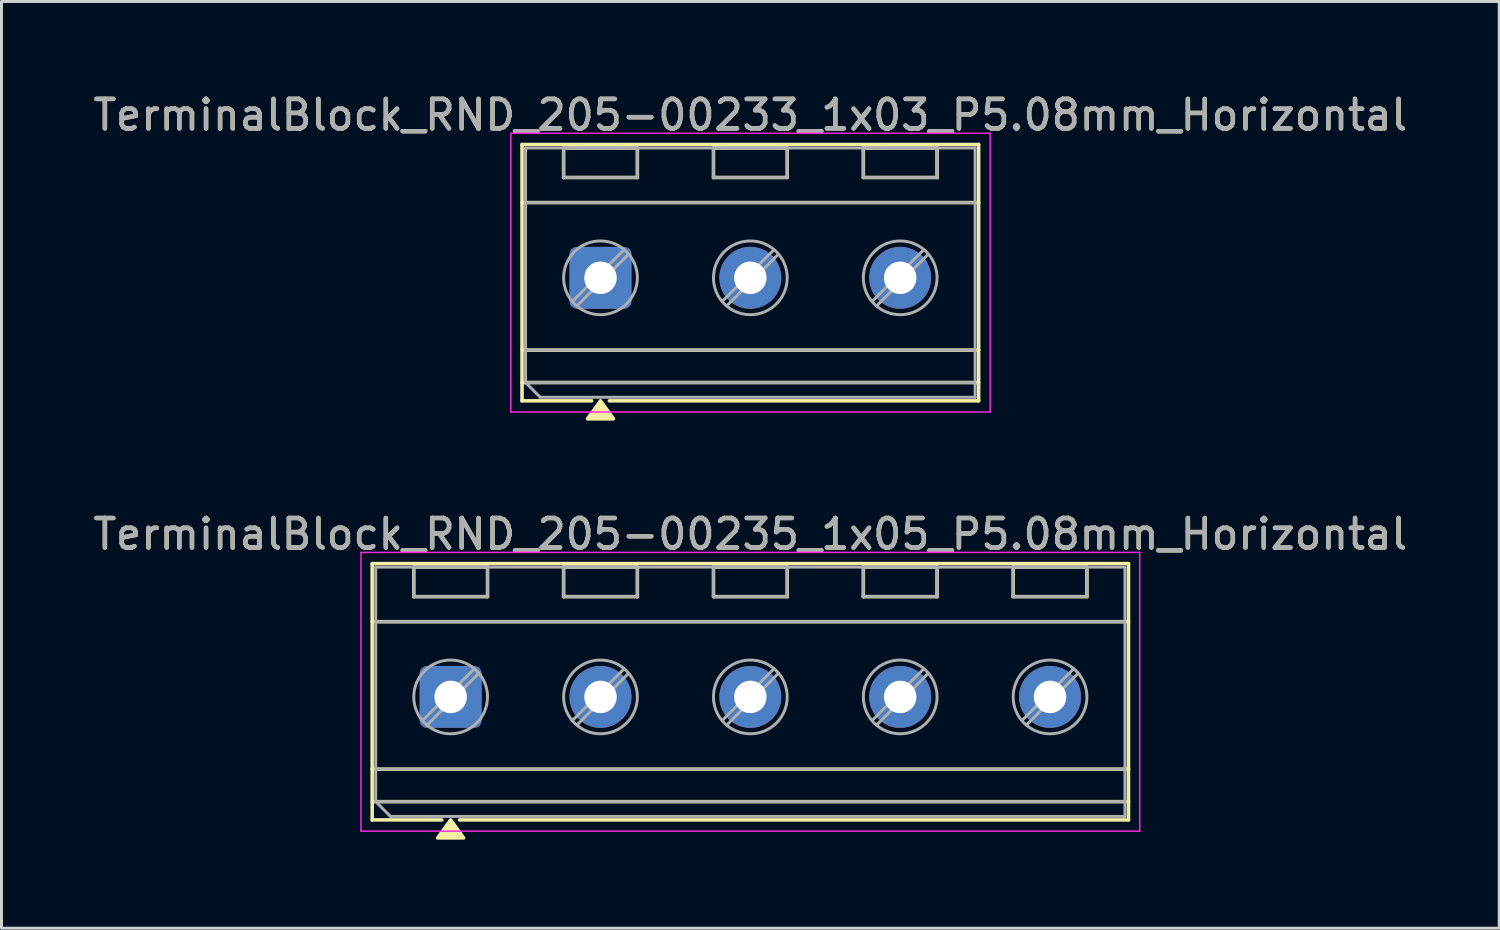
<source format=kicad_pcb>
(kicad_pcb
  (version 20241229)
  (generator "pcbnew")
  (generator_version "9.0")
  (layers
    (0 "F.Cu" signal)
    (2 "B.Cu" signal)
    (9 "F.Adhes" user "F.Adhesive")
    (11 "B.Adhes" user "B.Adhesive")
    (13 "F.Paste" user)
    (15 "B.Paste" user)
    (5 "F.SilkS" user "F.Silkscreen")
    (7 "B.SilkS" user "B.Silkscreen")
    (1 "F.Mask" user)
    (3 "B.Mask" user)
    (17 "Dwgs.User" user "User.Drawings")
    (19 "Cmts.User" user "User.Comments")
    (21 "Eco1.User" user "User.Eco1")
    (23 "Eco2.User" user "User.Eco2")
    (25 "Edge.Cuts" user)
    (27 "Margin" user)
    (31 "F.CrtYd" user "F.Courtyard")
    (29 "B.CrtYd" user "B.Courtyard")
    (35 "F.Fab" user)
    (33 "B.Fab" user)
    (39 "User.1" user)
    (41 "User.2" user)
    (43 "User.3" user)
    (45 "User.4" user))
  (footprint "TerminalBlock_RND_205-00233_1x03_P5.08mm_Horizontal"
    (layer "F.Cu")
    (at 17.307 6.368)
    (property "Reference" "TerminalBlock_RND_205-00233_1x03_P5.08mm_Horizontal" (at 5.08 -5.52 0) (layer "F.SilkS") (effects (font (size 1 1) (thickness 0.15))))
    (attr through_hole)
    (fp_line (start -2.66 -4.52) (end 12.82 -4.52) (stroke (width 0.12) (type solid)) (layer "F.SilkS"))
    (fp_line (start -2.66 -2.55) (end 12.82 -2.55) (stroke (width 0.12) (type solid)) (layer "F.SilkS"))
    (fp_line (start -2.66 2.45) (end 12.82 2.45) (stroke (width 0.12) (type solid)) (layer "F.SilkS"))
    (fp_line (start -2.66 3.55) (end 12.82 3.55) (stroke (width 0.12) (type solid)) (layer "F.SilkS"))
    (fp_line (start -2.66 4.17) (end -2.66 -4.52) (stroke (width 0.12) (type solid)) (layer "F.SilkS"))
    (fp_line (start -1.25 -4.4) (end 1.25 -4.4) (stroke (width 0.12) (type solid)) (layer "F.SilkS"))
    (fp_line (start -1.25 -3.4) (end -1.25 -4.4) (stroke (width 0.12) (type solid)) (layer "F.SilkS"))
    (fp_line (start -0.3 4.17) (end -2.66 4.17) (stroke (width 0.12) (type solid)) (layer "F.SilkS"))
    (fp_line (start 1.25 -4.4) (end 1.25 -3.4) (stroke (width 0.12) (type solid)) (layer "F.SilkS"))
    (fp_line (start 1.25 -3.4) (end -1.25 -3.4) (stroke (width 0.12) (type solid)) (layer "F.SilkS"))
    (fp_line (start 3.83 -4.4) (end 6.33 -4.4) (stroke (width 0.12) (type solid)) (layer "F.SilkS"))
    (fp_line (start 3.83 -3.4) (end 3.83 -4.4) (stroke (width 0.12) (type solid)) (layer "F.SilkS"))
    (fp_line (start 6.33 -4.4) (end 6.33 -3.4) (stroke (width 0.12) (type solid)) (layer "F.SilkS"))
    (fp_line (start 6.33 -3.4) (end 3.83 -3.4) (stroke (width 0.12) (type solid)) (layer "F.SilkS"))
    (fp_line (start 8.91 -4.4) (end 11.41 -4.4) (stroke (width 0.12) (type solid)) (layer "F.SilkS"))
    (fp_line (start 8.91 -3.4) (end 8.91 -4.4) (stroke (width 0.12) (type solid)) (layer "F.SilkS"))
    (fp_line (start 11.41 -4.4) (end 11.41 -3.4) (stroke (width 0.12) (type solid)) (layer "F.SilkS"))
    (fp_line (start 11.41 -3.4) (end 8.91 -3.4) (stroke (width 0.12) (type solid)) (layer "F.SilkS"))
    (fp_line (start 12.82 -4.52) (end 12.82 4.17) (stroke (width 0.12) (type solid)) (layer "F.SilkS"))
    (fp_line (start 12.82 4.17) (end 0.3 4.17) (stroke (width 0.12) (type solid)) (layer "F.SilkS"))
    (fp_poly (pts (xy 0 4.17) (xy 0.44 4.78) (xy -0.44 4.78)) (stroke (width 0.12) (type solid)) (fill yes) (layer "F.SilkS"))
    (fp_line (start -3.04 -4.9) (end -3.04 4.55) (stroke (width 0.05) (type solid)) (layer "F.CrtYd"))
    (fp_line (start -3.04 4.55) (end 13.21 4.55) (stroke (width 0.05) (type solid)) (layer "F.CrtYd"))
    (fp_line (start 13.21 -4.9) (end -3.04 -4.9) (stroke (width 0.05) (type solid)) (layer "F.CrtYd"))
    (fp_line (start 13.21 4.55) (end 13.21 -4.9) (stroke (width 0.05) (type solid)) (layer "F.CrtYd"))
    (fp_line (start -2.54 -4.4) (end 12.7 -4.4) (stroke (width 0.1) (type solid)) (layer "F.Fab"))
    (fp_line (start -2.54 -2.55) (end 12.7 -2.55) (stroke (width 0.1) (type solid)) (layer "F.Fab"))
    (fp_line (start -2.54 2.45) (end 12.7 2.45) (stroke (width 0.1) (type solid)) (layer "F.Fab"))
    (fp_line (start -2.54 3.55) (end -2.54 -4.4) (stroke (width 0.1) (type solid)) (layer "F.Fab"))
    (fp_line (start -2.54 3.55) (end 12.7 3.55) (stroke (width 0.1) (type solid)) (layer "F.Fab"))
    (fp_line (start -2.04 4.05) (end -2.54 3.55) (stroke (width 0.1) (type solid)) (layer "F.Fab"))
    (fp_line (start -1.25 -4.4) (end -1.25 -3.4) (stroke (width 0.1) (type solid)) (layer "F.Fab"))
    (fp_line (start -1.25 -3.4) (end 1.25 -3.4) (stroke (width 0.1) (type solid)) (layer "F.Fab"))
    (fp_line (start 0.795 -0.948) (end -0.948 0.795) (stroke (width 0.1) (type solid)) (layer "F.Fab"))
    (fp_line (start 0.948 -0.795) (end -0.795 0.948) (stroke (width 0.1) (type solid)) (layer "F.Fab"))
    (fp_line (start 1.25 -4.4) (end -1.25 -4.4) (stroke (width 0.1) (type solid)) (layer "F.Fab"))
    (fp_line (start 1.25 -3.4) (end 1.25 -4.4) (stroke (width 0.1) (type solid)) (layer "F.Fab"))
    (fp_line (start 3.83 -4.4) (end 3.83 -3.4) (stroke (width 0.1) (type solid)) (layer "F.Fab"))
    (fp_line (start 3.83 -3.4) (end 6.33 -3.4) (stroke (width 0.1) (type solid)) (layer "F.Fab"))
    (fp_line (start 5.875 -0.948) (end 4.132 0.795) (stroke (width 0.1) (type solid)) (layer "F.Fab"))
    (fp_line (start 6.028 -0.795) (end 4.285 0.948) (stroke (width 0.1) (type solid)) (layer "F.Fab"))
    (fp_line (start 6.33 -4.4) (end 3.83 -4.4) (stroke (width 0.1) (type solid)) (layer "F.Fab"))
    (fp_line (start 6.33 -3.4) (end 6.33 -4.4) (stroke (width 0.1) (type solid)) (layer "F.Fab"))
    (fp_line (start 8.91 -4.4) (end 8.91 -3.4) (stroke (width 0.1) (type solid)) (layer "F.Fab"))
    (fp_line (start 8.91 -3.4) (end 11.41 -3.4) (stroke (width 0.1) (type solid)) (layer "F.Fab"))
    (fp_line (start 10.955 -0.948) (end 9.212 0.795) (stroke (width 0.1) (type solid)) (layer "F.Fab"))
    (fp_line (start 11.108 -0.795) (end 9.365 0.948) (stroke (width 0.1) (type solid)) (layer "F.Fab"))
    (fp_line (start 11.41 -4.4) (end 8.91 -4.4) (stroke (width 0.1) (type solid)) (layer "F.Fab"))
    (fp_line (start 11.41 -3.4) (end 11.41 -4.4) (stroke (width 0.1) (type solid)) (layer "F.Fab"))
    (fp_line (start 12.7 -4.4) (end 12.7 4.05) (stroke (width 0.1) (type solid)) (layer "F.Fab"))
    (fp_line (start 12.7 4.05) (end -2.04 4.05) (stroke (width 0.1) (type solid)) (layer "F.Fab"))
    (fp_circle (center 0 0) (end 1.25 0) (stroke (width 0.1) (type solid)) (fill no) (layer "F.Fab"))
    (fp_circle (center 5.08 0) (end 6.33 0) (stroke (width 0.1) (type solid)) (fill no) (layer "F.Fab"))
    (fp_circle (center 10.16 0) (end 11.41 0) (stroke (width 0.1) (type solid)) (fill no) (layer "F.Fab"))
    (fp_text user "${REFERENCE}" (at 5.08 -5.52 0) (layer "F.Fab") (effects (font (size 1 1) (thickness 0.15))))
    (pad "1" thru_hole roundrect (at 0 0) (size 2.1 2.1) (drill 1.1) (layers "*.Cu" "*.Mask") (roundrect_rratio 0.119))
    (pad "2" thru_hole circle (at 5.08 0) (size 2.1 2.1) (drill 1.1) (layers "*.Cu" "*.Mask"))
    (pad "3" thru_hole circle (at 10.16 0) (size 2.1 2.1) (drill 1.1) (layers "*.Cu" "*.Mask")))
  (footprint "TerminalBlock_RND_205-00235_1x05_P5.08mm_Horizontal"
    (layer "F.Cu")
    (at 12.227 20.576)
    (property "Reference" "TerminalBlock_RND_205-00235_1x05_P5.08mm_Horizontal" (at 10.16 -5.52 0) (layer "F.SilkS") (effects (font (size 1 1) (thickness 0.15))))
    (attr through_hole)
    (fp_line (start -2.66 -4.52) (end 22.98 -4.52) (stroke (width 0.12) (type solid)) (layer "F.SilkS"))
    (fp_line (start -2.66 -2.55) (end 22.98 -2.55) (stroke (width 0.12) (type solid)) (layer "F.SilkS"))
    (fp_line (start -2.66 2.45) (end 22.98 2.45) (stroke (width 0.12) (type solid)) (layer "F.SilkS"))
    (fp_line (start -2.66 3.55) (end 22.98 3.55) (stroke (width 0.12) (type solid)) (layer "F.SilkS"))
    (fp_line (start -2.66 4.17) (end -2.66 -4.52) (stroke (width 0.12) (type solid)) (layer "F.SilkS"))
    (fp_line (start -1.25 -4.4) (end 1.25 -4.4) (stroke (width 0.12) (type solid)) (layer "F.SilkS"))
    (fp_line (start -1.25 -3.4) (end -1.25 -4.4) (stroke (width 0.12) (type solid)) (layer "F.SilkS"))
    (fp_line (start -0.3 4.17) (end -2.66 4.17) (stroke (width 0.12) (type solid)) (layer "F.SilkS"))
    (fp_line (start 1.25 -4.4) (end 1.25 -3.4) (stroke (width 0.12) (type solid)) (layer "F.SilkS"))
    (fp_line (start 1.25 -3.4) (end -1.25 -3.4) (stroke (width 0.12) (type solid)) (layer "F.SilkS"))
    (fp_line (start 3.83 -4.4) (end 6.33 -4.4) (stroke (width 0.12) (type solid)) (layer "F.SilkS"))
    (fp_line (start 3.83 -3.4) (end 3.83 -4.4) (stroke (width 0.12) (type solid)) (layer "F.SilkS"))
    (fp_line (start 6.33 -4.4) (end 6.33 -3.4) (stroke (width 0.12) (type solid)) (layer "F.SilkS"))
    (fp_line (start 6.33 -3.4) (end 3.83 -3.4) (stroke (width 0.12) (type solid)) (layer "F.SilkS"))
    (fp_line (start 8.91 -4.4) (end 11.41 -4.4) (stroke (width 0.12) (type solid)) (layer "F.SilkS"))
    (fp_line (start 8.91 -3.4) (end 8.91 -4.4) (stroke (width 0.12) (type solid)) (layer "F.SilkS"))
    (fp_line (start 11.41 -4.4) (end 11.41 -3.4) (stroke (width 0.12) (type solid)) (layer "F.SilkS"))
    (fp_line (start 11.41 -3.4) (end 8.91 -3.4) (stroke (width 0.12) (type solid)) (layer "F.SilkS"))
    (fp_line (start 13.99 -4.4) (end 16.49 -4.4) (stroke (width 0.12) (type solid)) (layer "F.SilkS"))
    (fp_line (start 13.99 -3.4) (end 13.99 -4.4) (stroke (width 0.12) (type solid)) (layer "F.SilkS"))
    (fp_line (start 16.49 -4.4) (end 16.49 -3.4) (stroke (width 0.12) (type solid)) (layer "F.SilkS"))
    (fp_line (start 16.49 -3.4) (end 13.99 -3.4) (stroke (width 0.12) (type solid)) (layer "F.SilkS"))
    (fp_line (start 19.07 -4.4) (end 21.57 -4.4) (stroke (width 0.12) (type solid)) (layer "F.SilkS"))
    (fp_line (start 19.07 -3.4) (end 19.07 -4.4) (stroke (width 0.12) (type solid)) (layer "F.SilkS"))
    (fp_line (start 21.57 -4.4) (end 21.57 -3.4) (stroke (width 0.12) (type solid)) (layer "F.SilkS"))
    (fp_line (start 21.57 -3.4) (end 19.07 -3.4) (stroke (width 0.12) (type solid)) (layer "F.SilkS"))
    (fp_line (start 22.98 -4.52) (end 22.98 4.17) (stroke (width 0.12) (type solid)) (layer "F.SilkS"))
    (fp_line (start 22.98 4.17) (end 0.3 4.17) (stroke (width 0.12) (type solid)) (layer "F.SilkS"))
    (fp_poly (pts (xy 0 4.17) (xy 0.44 4.78) (xy -0.44 4.78)) (stroke (width 0.12) (type solid)) (fill yes) (layer "F.SilkS"))
    (fp_line (start -3.04 -4.9) (end -3.04 4.55) (stroke (width 0.05) (type solid)) (layer "F.CrtYd"))
    (fp_line (start -3.04 4.55) (end 23.36 4.55) (stroke (width 0.05) (type solid)) (layer "F.CrtYd"))
    (fp_line (start 23.36 -4.9) (end -3.04 -4.9) (stroke (width 0.05) (type solid)) (layer "F.CrtYd"))
    (fp_line (start 23.36 4.55) (end 23.36 -4.9) (stroke (width 0.05) (type solid)) (layer "F.CrtYd"))
    (fp_line (start -2.54 -4.4) (end 22.86 -4.4) (stroke (width 0.1) (type solid)) (layer "F.Fab"))
    (fp_line (start -2.54 -2.55) (end 22.86 -2.55) (stroke (width 0.1) (type solid)) (layer "F.Fab"))
    (fp_line (start -2.54 2.45) (end 22.86 2.45) (stroke (width 0.1) (type solid)) (layer "F.Fab"))
    (fp_line (start -2.54 3.55) (end -2.54 -4.4) (stroke (width 0.1) (type solid)) (layer "F.Fab"))
    (fp_line (start -2.54 3.55) (end 22.86 3.55) (stroke (width 0.1) (type solid)) (layer "F.Fab"))
    (fp_line (start -2.04 4.05) (end -2.54 3.55) (stroke (width 0.1) (type solid)) (layer "F.Fab"))
    (fp_line (start -1.25 -4.4) (end -1.25 -3.4) (stroke (width 0.1) (type solid)) (layer "F.Fab"))
    (fp_line (start -1.25 -3.4) (end 1.25 -3.4) (stroke (width 0.1) (type solid)) (layer "F.Fab"))
    (fp_line (start 0.795 -0.948) (end -0.948 0.795) (stroke (width 0.1) (type solid)) (layer "F.Fab"))
    (fp_line (start 0.948 -0.795) (end -0.795 0.948) (stroke (width 0.1) (type solid)) (layer "F.Fab"))
    (fp_line (start 1.25 -4.4) (end -1.25 -4.4) (stroke (width 0.1) (type solid)) (layer "F.Fab"))
    (fp_line (start 1.25 -3.4) (end 1.25 -4.4) (stroke (width 0.1) (type solid)) (layer "F.Fab"))
    (fp_line (start 3.83 -4.4) (end 3.83 -3.4) (stroke (width 0.1) (type solid)) (layer "F.Fab"))
    (fp_line (start 3.83 -3.4) (end 6.33 -3.4) (stroke (width 0.1) (type solid)) (layer "F.Fab"))
    (fp_line (start 5.875 -0.948) (end 4.132 0.795) (stroke (width 0.1) (type solid)) (layer "F.Fab"))
    (fp_line (start 6.028 -0.795) (end 4.285 0.948) (stroke (width 0.1) (type solid)) (layer "F.Fab"))
    (fp_line (start 6.33 -4.4) (end 3.83 -4.4) (stroke (width 0.1) (type solid)) (layer "F.Fab"))
    (fp_line (start 6.33 -3.4) (end 6.33 -4.4) (stroke (width 0.1) (type solid)) (layer "F.Fab"))
    (fp_line (start 8.91 -4.4) (end 8.91 -3.4) (stroke (width 0.1) (type solid)) (layer "F.Fab"))
    (fp_line (start 8.91 -3.4) (end 11.41 -3.4) (stroke (width 0.1) (type solid)) (layer "F.Fab"))
    (fp_line (start 10.955 -0.948) (end 9.212 0.795) (stroke (width 0.1) (type solid)) (layer "F.Fab"))
    (fp_line (start 11.108 -0.795) (end 9.365 0.948) (stroke (width 0.1) (type solid)) (layer "F.Fab"))
    (fp_line (start 11.41 -4.4) (end 8.91 -4.4) (stroke (width 0.1) (type solid)) (layer "F.Fab"))
    (fp_line (start 11.41 -3.4) (end 11.41 -4.4) (stroke (width 0.1) (type solid)) (layer "F.Fab"))
    (fp_line (start 13.99 -4.4) (end 13.99 -3.4) (stroke (width 0.1) (type solid)) (layer "F.Fab"))
    (fp_line (start 13.99 -3.4) (end 16.49 -3.4) (stroke (width 0.1) (type solid)) (layer "F.Fab"))
    (fp_line (start 16.035 -0.948) (end 14.292 0.795) (stroke (width 0.1) (type solid)) (layer "F.Fab"))
    (fp_line (start 16.188 -0.795) (end 14.445 0.948) (stroke (width 0.1) (type solid)) (layer "F.Fab"))
    (fp_line (start 16.49 -4.4) (end 13.99 -4.4) (stroke (width 0.1) (type solid)) (layer "F.Fab"))
    (fp_line (start 16.49 -3.4) (end 16.49 -4.4) (stroke (width 0.1) (type solid)) (layer "F.Fab"))
    (fp_line (start 19.07 -4.4) (end 19.07 -3.4) (stroke (width 0.1) (type solid)) (layer "F.Fab"))
    (fp_line (start 19.07 -3.4) (end 21.57 -3.4) (stroke (width 0.1) (type solid)) (layer "F.Fab"))
    (fp_line (start 21.115 -0.948) (end 19.372 0.795) (stroke (width 0.1) (type solid)) (layer "F.Fab"))
    (fp_line (start 21.268 -0.795) (end 19.525 0.948) (stroke (width 0.1) (type solid)) (layer "F.Fab"))
    (fp_line (start 21.57 -4.4) (end 19.07 -4.4) (stroke (width 0.1) (type solid)) (layer "F.Fab"))
    (fp_line (start 21.57 -3.4) (end 21.57 -4.4) (stroke (width 0.1) (type solid)) (layer "F.Fab"))
    (fp_line (start 22.86 -4.4) (end 22.86 4.05) (stroke (width 0.1) (type solid)) (layer "F.Fab"))
    (fp_line (start 22.86 4.05) (end -2.04 4.05) (stroke (width 0.1) (type solid)) (layer "F.Fab"))
    (fp_circle (center 0 0) (end 1.25 0) (stroke (width 0.1) (type solid)) (fill no) (layer "F.Fab"))
    (fp_circle (center 5.08 0) (end 6.33 0) (stroke (width 0.1) (type solid)) (fill no) (layer "F.Fab"))
    (fp_circle (center 10.16 0) (end 11.41 0) (stroke (width 0.1) (type solid)) (fill no) (layer "F.Fab"))
    (fp_circle (center 15.24 0) (end 16.49 0) (stroke (width 0.1) (type solid)) (fill no) (layer "F.Fab"))
    (fp_circle (center 20.32 0) (end 21.57 0) (stroke (width 0.1) (type solid)) (fill no) (layer "F.Fab"))
    (fp_text user "${REFERENCE}" (at 10.16 -5.52 0) (layer "F.Fab") (effects (font (size 1 1) (thickness 0.15))))
    (pad "1" thru_hole roundrect (at 0 0) (size 2.1 2.1) (drill 1.1) (layers "*.Cu" "*.Mask") (roundrect_rratio 0.119))
    (pad "2" thru_hole circle (at 5.08 0) (size 2.1 2.1) (drill 1.1) (layers "*.Cu" "*.Mask"))
    (pad "3" thru_hole circle (at 10.16 0) (size 2.1 2.1) (drill 1.1) (layers "*.Cu" "*.Mask"))
    (pad "4" thru_hole circle (at 15.24 0) (size 2.1 2.1) (drill 1.1) (layers "*.Cu" "*.Mask"))
    (pad "5" thru_hole circle (at 20.32 0) (size 2.1 2.1) (drill 1.1) (layers "*.Cu" "*.Mask")))
  (gr_rect
    (start -3 -3)
    (end 47.774 28.416)
    (stroke (width 0.1) (type default))
    (fill no)
    (layer "Edge.Cuts")))
</source>
